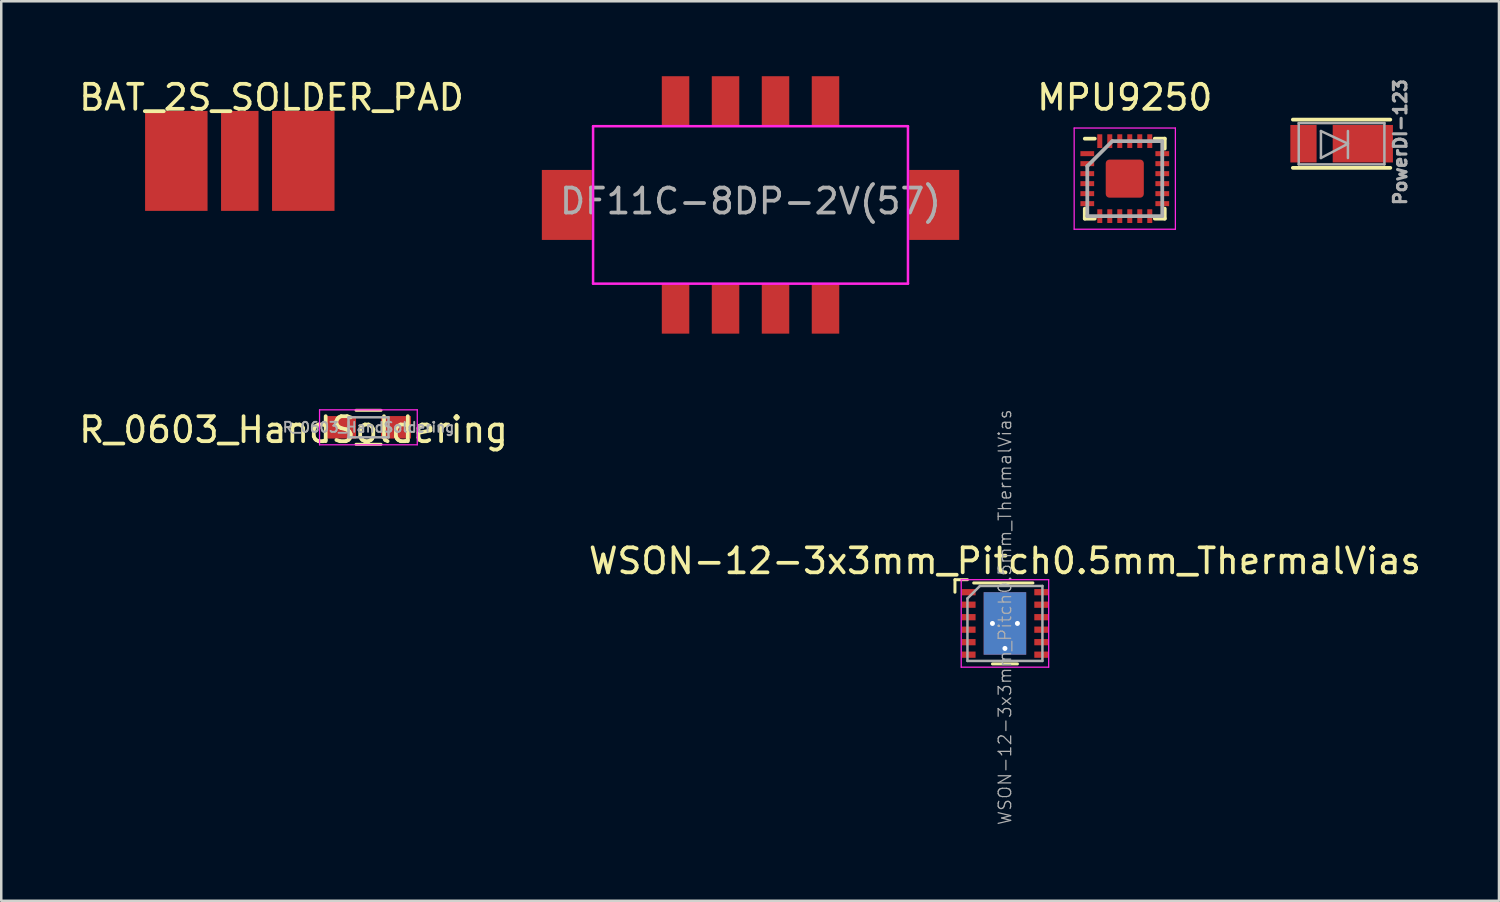
<source format=kicad_pcb>
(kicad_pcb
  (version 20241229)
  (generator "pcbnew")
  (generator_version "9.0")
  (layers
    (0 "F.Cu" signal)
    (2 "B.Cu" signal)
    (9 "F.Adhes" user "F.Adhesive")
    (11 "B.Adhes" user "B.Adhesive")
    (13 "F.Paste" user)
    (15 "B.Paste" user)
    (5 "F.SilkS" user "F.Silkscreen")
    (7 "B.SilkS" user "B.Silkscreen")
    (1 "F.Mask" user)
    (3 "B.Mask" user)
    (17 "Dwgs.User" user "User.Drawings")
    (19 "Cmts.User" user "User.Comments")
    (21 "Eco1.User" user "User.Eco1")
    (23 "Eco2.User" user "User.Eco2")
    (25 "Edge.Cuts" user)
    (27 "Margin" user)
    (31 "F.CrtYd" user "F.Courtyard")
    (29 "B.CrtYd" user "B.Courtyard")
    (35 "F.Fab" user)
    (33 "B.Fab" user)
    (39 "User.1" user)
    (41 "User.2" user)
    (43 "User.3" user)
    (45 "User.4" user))
  (footprint "R_0603_HandSoldering"
    (layer "F.Cu")
    (at 11.696 14.048)
    (property "Reference" "R_0603_HandSoldering" (at -3 0.1 0) (layer "F.SilkS") (effects (font (size 1 1) (thickness 0.15))))
    (attr smd)
    (fp_line (start -0.5 -0.68) (end 0.5 -0.68) (stroke (width 0.12) (type solid)) (layer "F.SilkS"))
    (fp_line (start 0.5 0.68) (end -0.5 0.68) (stroke (width 0.12) (type solid)) (layer "F.SilkS"))
    (fp_line (start -1.96 -0.7) (end -1.96 0.7) (stroke (width 0.05) (type solid)) (layer "F.CrtYd"))
    (fp_line (start -1.96 -0.7) (end 1.95 -0.7) (stroke (width 0.05) (type solid)) (layer "F.CrtYd"))
    (fp_line (start 1.95 0.7) (end -1.96 0.7) (stroke (width 0.05) (type solid)) (layer "F.CrtYd"))
    (fp_line (start 1.95 0.7) (end 1.95 -0.7) (stroke (width 0.05) (type solid)) (layer "F.CrtYd"))
    (fp_line (start -0.8 -0.4) (end 0.8 -0.4) (stroke (width 0.1) (type solid)) (layer "F.Fab"))
    (fp_line (start -0.8 0.4) (end -0.8 -0.4) (stroke (width 0.1) (type solid)) (layer "F.Fab"))
    (fp_line (start 0.8 -0.4) (end 0.8 0.4) (stroke (width 0.1) (type solid)) (layer "F.Fab"))
    (fp_line (start 0.8 0.4) (end -0.8 0.4) (stroke (width 0.1) (type solid)) (layer "F.Fab"))
    (fp_text user "${REFERENCE}" (at 0 0 0) (layer "F.Fab") (effects (font (size 0.4 0.4) (thickness 0.075))))
    (pad "1" smd rect (at -1.1 0) (size 1.2 0.9) (layers "F.Cu" "F.Mask" "F.Paste"))
    (pad "2" smd rect (at 1.1 0) (size 1.2 0.9) (layers "F.Cu" "F.Mask" "F.Paste")))
  (footprint "MPU9250"
    (layer "F.Cu")
    (at 41.956 4.098)
    (property "Reference" "MPU9250" (at 0 -3.25 0) (layer "F.SilkS") (effects (font (size 1 1) (thickness 0.15))))
    (attr smd)
    (fp_line (start -1.6 -1.6) (end -1.2 -1.6) (stroke (width 0.15) (type solid)) (layer "F.SilkS"))
    (fp_line (start -1.6 1.6) (end -1.6 1.2) (stroke (width 0.15) (type solid)) (layer "F.SilkS"))
    (fp_line (start -1.6 1.6) (end -1.2 1.6) (stroke (width 0.15) (type solid)) (layer "F.SilkS"))
    (fp_line (start 1.6 -1.6) (end 1.2 -1.6) (stroke (width 0.15) (type solid)) (layer "F.SilkS"))
    (fp_line (start 1.6 -1.6) (end 1.6 -1.2) (stroke (width 0.15) (type solid)) (layer "F.SilkS"))
    (fp_line (start 1.6 1.6) (end 1.2 1.6) (stroke (width 0.15) (type solid)) (layer "F.SilkS"))
    (fp_line (start 1.6 1.6) (end 1.6 1.2) (stroke (width 0.15) (type solid)) (layer "F.SilkS"))
    (fp_line (start -2.025 -2.025) (end 2.025 -2.025) (stroke (width 0.05) (type solid)) (layer "F.CrtYd"))
    (fp_line (start -2.025 2.025) (end -2.025 -2.025) (stroke (width 0.05) (type solid)) (layer "F.CrtYd"))
    (fp_line (start 2.025 -2.025) (end 2.025 2.025) (stroke (width 0.05) (type solid)) (layer "F.CrtYd"))
    (fp_line (start 2.025 2.025) (end -2.025 2.025) (stroke (width 0.05) (type solid)) (layer "F.CrtYd"))
    (fp_line (start -1.5 -0.5) (end -0.5 -1.5) (stroke (width 0.15) (type solid)) (layer "F.Fab"))
    (fp_line (start -1.5 1.5) (end -1.5 -0.5) (stroke (width 0.15) (type solid)) (layer "F.Fab"))
    (fp_line (start -0.5 -1.5) (end 1.5 -1.5) (stroke (width 0.15) (type solid)) (layer "F.Fab"))
    (fp_line (start 1.5 -1.5) (end 1.5 1.5) (stroke (width 0.15) (type solid)) (layer "F.Fab"))
    (fp_line (start 1.5 1.5) (end -1.5 1.5) (stroke (width 0.15) (type solid)) (layer "F.Fab"))
    (pad "1" smd rect (at -1.5 -1) (size 0.55 0.2) (layers "F.Cu" "F.Mask" "F.Paste"))
    (pad "2" smd rect (at -1.5 -0.6) (size 0.55 0.2) (layers "F.Cu" "F.Mask" "F.Paste"))
    (pad "3" smd rect (at -1.5 -0.2) (size 0.55 0.2) (layers "F.Cu" "F.Mask" "F.Paste"))
    (pad "4" smd rect (at -1.5 0.2) (size 0.55 0.2) (layers "F.Cu" "F.Mask" "F.Paste"))
    (pad "5" smd rect (at -1.5 0.6) (size 0.55 0.2) (layers "F.Cu" "F.Mask" "F.Paste"))
    (pad "6" smd rect (at -1.5 1) (size 0.55 0.2) (layers "F.Cu" "F.Mask" "F.Paste"))
    (pad "7" smd rect (at -1 1.5 90) (size 0.55 0.2) (layers "F.Cu" "F.Mask" "F.Paste"))
    (pad "8" smd rect (at -0.6 1.5 90) (size 0.55 0.2) (layers "F.Cu" "F.Mask" "F.Paste"))
    (pad "9" smd rect (at -0.2 1.5 90) (size 0.55 0.2) (layers "F.Cu" "F.Mask" "F.Paste"))
    (pad "10" smd rect (at 0.2 1.5 90) (size 0.55 0.2) (layers "F.Cu" "F.Mask" "F.Paste"))
    (pad "11" smd rect (at 0.6 1.5 90) (size 0.55 0.2) (layers "F.Cu" "F.Mask" "F.Paste"))
    (pad "12" smd rect (at 1 1.5 90) (size 0.55 0.2) (layers "F.Cu" "F.Mask" "F.Paste"))
    (pad "13" smd rect (at 1.5 1) (size 0.55 0.2) (layers "F.Cu" "F.Mask" "F.Paste"))
    (pad "14" smd rect (at 1.5 0.6) (size 0.55 0.2) (layers "F.Cu" "F.Mask" "F.Paste"))
    (pad "15" smd rect (at 1.5 0.2) (size 0.55 0.2) (layers "F.Cu" "F.Mask" "F.Paste"))
    (pad "16" smd rect (at 1.5 -0.2) (size 0.55 0.2) (layers "F.Cu" "F.Mask" "F.Paste"))
    (pad "17" smd rect (at 1.5 -0.6) (size 0.55 0.2) (layers "F.Cu" "F.Mask" "F.Paste"))
    (pad "18" smd roundrect (at 0 0) (size 1.524 1.524) (layers "F.Cu" "F.Mask" "F.Paste") (roundrect_rratio 0.098))
    (pad "18" smd rect (at 1.5 -1) (size 0.55 0.2) (layers "F.Cu" "F.Mask" "F.Paste"))
    (pad "19" smd rect (at 1 -1.5 90) (size 0.55 0.2) (layers "F.Cu" "F.Mask" "F.Paste"))
    (pad "20" smd rect (at 0.6 -1.5 90) (size 0.55 0.2) (layers "F.Cu" "F.Mask" "F.Paste"))
    (pad "21" smd rect (at 0.2 -1.5 90) (size 0.55 0.2) (layers "F.Cu" "F.Mask" "F.Paste"))
    (pad "22" smd rect (at -0.2 -1.5 90) (size 0.55 0.2) (layers "F.Cu" "F.Mask" "F.Paste"))
    (pad "23" smd rect (at -0.6 -1.5 90) (size 0.55 0.2) (layers "F.Cu" "F.Mask" "F.Paste"))
    (pad "24" smd rect (at -1 -1.5 90) (size 0.55 0.2) (layers "F.Cu" "F.Mask" "F.Paste")))
  (footprint "BAT_2S_SOLDER_PAD"
    (layer "F.Cu")
    (at 6.545 3.388)
    (property "Reference" "BAT_2S_SOLDER_PAD" (at 1.27 -2.54 0) (layer "F.SilkS") (effects (font (size 1 1) (thickness 0.15))))
    (attr through_hole)
    (pad "1" smd rect (at -2.54 0) (size 2.5 4) (layers "F.Cu" "F.Mask" "F.Paste"))
    (pad "2" smd rect (at 0 0) (size 1.5 4) (layers "F.Cu" "F.Mask" "F.Paste"))
    (pad "3" smd rect (at 2.54 0) (size 2.5 4) (layers "F.Cu" "F.Mask" "F.Paste")))
  (footprint "DF11C-8DP-2V(57)"
    (layer "F.Cu")
    (at 26.981 1)
    (property "Reference" "DF11C-8DP-2V(57)" (at 0 4 0) (layer "F.Fab") (effects (font (size 1 1) (thickness 0.15))))
    (attr through_hole)
    (fp_line (start -6.3 1) (end 6.3 1) (stroke (width 0.1) (type solid)) (layer "F.CrtYd"))
    (fp_line (start -6.3 7.3) (end -6.3 1) (stroke (width 0.1) (type solid)) (layer "F.CrtYd"))
    (fp_line (start 6.3 1) (end 6.3 7.3) (stroke (width 0.1) (type solid)) (layer "F.CrtYd"))
    (fp_line (start 6.3 7.3) (end -6.3 7.3) (stroke (width 0.1) (type solid)) (layer "F.CrtYd"))
    (pad "1" smd rect (at -3 0) (size 1.1 2) (layers "F.Cu" "F.Mask" "F.Paste"))
    (pad "2" smd rect (at -1 0) (size 1.1 2) (layers "F.Cu" "F.Mask" "F.Paste"))
    (pad "3" smd rect (at 1 0) (size 1.1 2) (layers "F.Cu" "F.Mask" "F.Paste"))
    (pad "4" smd rect (at 3 0) (size 1.1 2) (layers "F.Cu" "F.Mask" "F.Paste"))
    (pad "5" smd rect (at 3 8.3) (size 1.1 2) (layers "F.Cu" "F.Mask" "F.Paste"))
    (pad "6" smd rect (at 1 8.3) (size 1.1 2) (layers "F.Cu" "F.Mask" "F.Paste"))
    (pad "7" smd rect (at -1 8.3) (size 1.1 2) (layers "F.Cu" "F.Mask" "F.Paste"))
    (pad "8" smd rect (at -3 8.3) (size 1.1 2) (layers "F.Cu" "F.Mask" "F.Paste"))
    (pad "9" smd rect (at -7.35 4.15) (size 2 2.8) (layers "F.Cu" "F.Mask" "F.Paste"))
    (pad "9" smd rect (at 7.35 4.15) (size 2 2.8) (layers "F.Cu" "F.Mask" "F.Paste")))
  (footprint "WSON-12-3x3mm_Pitch0.5mm_ThermalVias"
    (layer "F.Cu")
    (at 37.161 21.896)
    (property "Reference" "WSON-12-3x3mm_Pitch0.5mm_ThermalVias" (at 0 -2.5 0) (layer "F.SilkS") (effects (font (size 1 1) (thickness 0.15))))
    (attr smd)
    (fp_line (start -2 -1.75) (end -1.5 -1.75) (stroke (width 0.12) (type solid)) (layer "F.SilkS"))
    (fp_line (start -2 -1.25) (end -2 -1.75) (stroke (width 0.12) (type solid)) (layer "F.SilkS"))
    (fp_line (start -1.25 -1.62) (end 1.12 -1.62) (stroke (width 0.12) (type solid)) (layer "F.SilkS"))
    (fp_line (start 0.5 1.62) (end -0.5 1.62) (stroke (width 0.12) (type solid)) (layer "F.SilkS"))
    (fp_poly (pts (xy -0.11 -1.25) (xy -0.85 -1.25) (xy -0.85 -0.11) (xy -0.11 -0.11)) (stroke (width 0) (type solid)) (fill yes) (layer "F.Paste"))
    (fp_poly (pts (xy -0.11 0.11) (xy -0.85 0.11) (xy -0.85 1.25) (xy -0.11 1.25)) (stroke (width 0) (type solid)) (fill yes) (layer "F.Paste"))
    (fp_poly (pts (xy 0.85 -1.25) (xy 0.11 -1.25) (xy 0.11 -0.11) (xy 0.85 -0.11)) (stroke (width 0) (type solid)) (fill yes) (layer "F.Paste"))
    (fp_poly (pts (xy 0.85 0.11) (xy 0.11 0.11) (xy 0.11 1.25) (xy 0.85 1.25)) (stroke (width 0) (type solid)) (fill yes) (layer "F.Paste"))
    (fp_line (start -1.75 -1.75) (end 1.75 -1.75) (stroke (width 0.05) (type solid)) (layer "F.CrtYd"))
    (fp_line (start -1.75 1.75) (end -1.75 -1.75) (stroke (width 0.05) (type solid)) (layer "F.CrtYd"))
    (fp_line (start 1.75 -1.75) (end 1.75 1.75) (stroke (width 0.05) (type solid)) (layer "F.CrtYd"))
    (fp_line (start 1.75 1.75) (end -1.75 1.75) (stroke (width 0.05) (type solid)) (layer "F.CrtYd"))
    (fp_line (start -1.5 -1) (end -1 -1.5) (stroke (width 0.1) (type solid)) (layer "F.Fab"))
    (fp_line (start -1.5 1.5) (end -1.5 -1) (stroke (width 0.1) (type solid)) (layer "F.Fab"))
    (fp_line (start -1 -1.5) (end 1.5 -1.5) (stroke (width 0.1) (type solid)) (layer "F.Fab"))
    (fp_line (start 1.5 -1.5) (end 1.5 1.5) (stroke (width 0.1) (type solid)) (layer "F.Fab"))
    (fp_line (start 1.5 1.5) (end -1.5 1.5) (stroke (width 0.1) (type solid)) (layer "F.Fab"))
    (fp_text user "${REFERENCE}" (at 0 -0.25 90) (layer "F.Fab") (effects (font (size 0.5 0.5) (thickness 0.05))))
    (pad "1" smd rect (at -1.45 -1.25) (size 0.55 0.25) (layers "F.Cu" "F.Mask" "F.Paste"))
    (pad "2" smd rect (at -1.45 -0.75) (size 0.55 0.25) (layers "F.Cu" "F.Mask" "F.Paste"))
    (pad "3" smd rect (at -1.45 -0.25) (size 0.55 0.25) (layers "F.Cu" "F.Mask" "F.Paste"))
    (pad "4" smd rect (at -1.45 0.25) (size 0.55 0.25) (layers "F.Cu" "F.Mask" "F.Paste"))
    (pad "5" smd rect (at -1.45 0.75) (size 0.55 0.25) (layers "F.Cu" "F.Mask" "F.Paste"))
    (pad "6" smd rect (at -1.45 1.25) (size 0.55 0.25) (layers "F.Cu" "F.Mask" "F.Paste"))
    (pad "7" smd rect (at 1.45 1.25) (size 0.55 0.25) (layers "F.Cu" "F.Mask" "F.Paste"))
    (pad "8" smd rect (at 1.45 0.75) (size 0.55 0.25) (layers "F.Cu" "F.Mask" "F.Paste"))
    (pad "9" smd rect (at 1.45 0.25) (size 0.55 0.25) (layers "F.Cu" "F.Mask" "F.Paste"))
    (pad "10" smd rect (at 1.45 -0.25) (size 0.55 0.25) (layers "F.Cu" "F.Mask" "F.Paste"))
    (pad "11" smd rect (at 1.45 -0.75) (size 0.55 0.25) (layers "F.Cu" "F.Mask" "F.Paste"))
    (pad "12" smd rect (at 1.45 -1.25) (size 0.55 0.25) (layers "F.Cu" "F.Mask" "F.Paste"))
    (pad "13" thru_hole circle (at -0.5 0) (size 0.4 0.4) (drill 0.2) (layers "*.Cu" "*.Mask"))
    (pad "13" smd rect (at 0 0) (size 1.7 2.5) (layers "F.Cu" "F.Mask"))
    (pad "13" smd rect (at 0 0) (size 1.7 2.5) (layers "B.Cu"))
    (pad "13" thru_hole circle (at 0 1) (size 0.4 0.4) (drill 0.2) (layers "*.Cu" "*.Mask"))
    (pad "13" thru_hole circle (at 0.5 0) (size 0.4 0.4) (drill 0.2) (layers "*.Cu" "*.Mask")))
  (footprint "PowerDI-123"
    (layer "F.Cu")
    (at 50.631 2.701)
    (property "Reference" "PowerDI-123" (at 2.349 -0.064 90) (layer "F.Fab") (effects (font (size 0.5 0.5) (thickness 0.125))))
    (attr through_hole)
    (fp_line (start -1.95 -0.965) (end 1.95 -0.965) (stroke (width 0.15) (type solid)) (layer "F.SilkS"))
    (fp_line (start -1.95 0.965) (end 1.95 0.965) (stroke (width 0.15) (type solid)) (layer "F.SilkS"))
    (fp_line (start -1.714 -0.826) (end 1.714 -0.826) (stroke (width 0.1) (type solid)) (layer "F.Fab"))
    (fp_line (start -1.714 0.826) (end -1.714 -0.826) (stroke (width 0.1) (type solid)) (layer "F.Fab"))
    (fp_line (start -0.826 -0.508) (end -0.826 0.572) (stroke (width 0.1) (type solid)) (layer "F.Fab"))
    (fp_line (start -0.826 0.572) (end 0.254 0) (stroke (width 0.1) (type solid)) (layer "F.Fab"))
    (fp_line (start 0.254 -0.508) (end 0.254 0.572) (stroke (width 0.1) (type solid)) (layer "F.Fab"))
    (fp_line (start 0.254 0) (end -0.826 -0.508) (stroke (width 0.1) (type solid)) (layer "F.Fab"))
    (fp_line (start 1.714 -0.826) (end 1.714 0.826) (stroke (width 0.1) (type solid)) (layer "F.Fab"))
    (fp_line (start 1.714 0.826) (end -1.714 0.826) (stroke (width 0.1) (type solid)) (layer "F.Fab"))
    (pad "1" smd rect (at 0.85 0) (size 2.41 1.5) (layers "F.Cu" "F.Mask" "F.Paste"))
    (pad "2" smd rect (at -1.525 0) (size 1.05 1.5) (layers "F.Cu" "F.Mask" "F.Paste")))
  (gr_rect
    (start -3 -3)
    (end 56.929 32.993)
    (stroke (width 0.1) (type default))
    (fill no)
    (layer "Edge.Cuts")))
</source>
